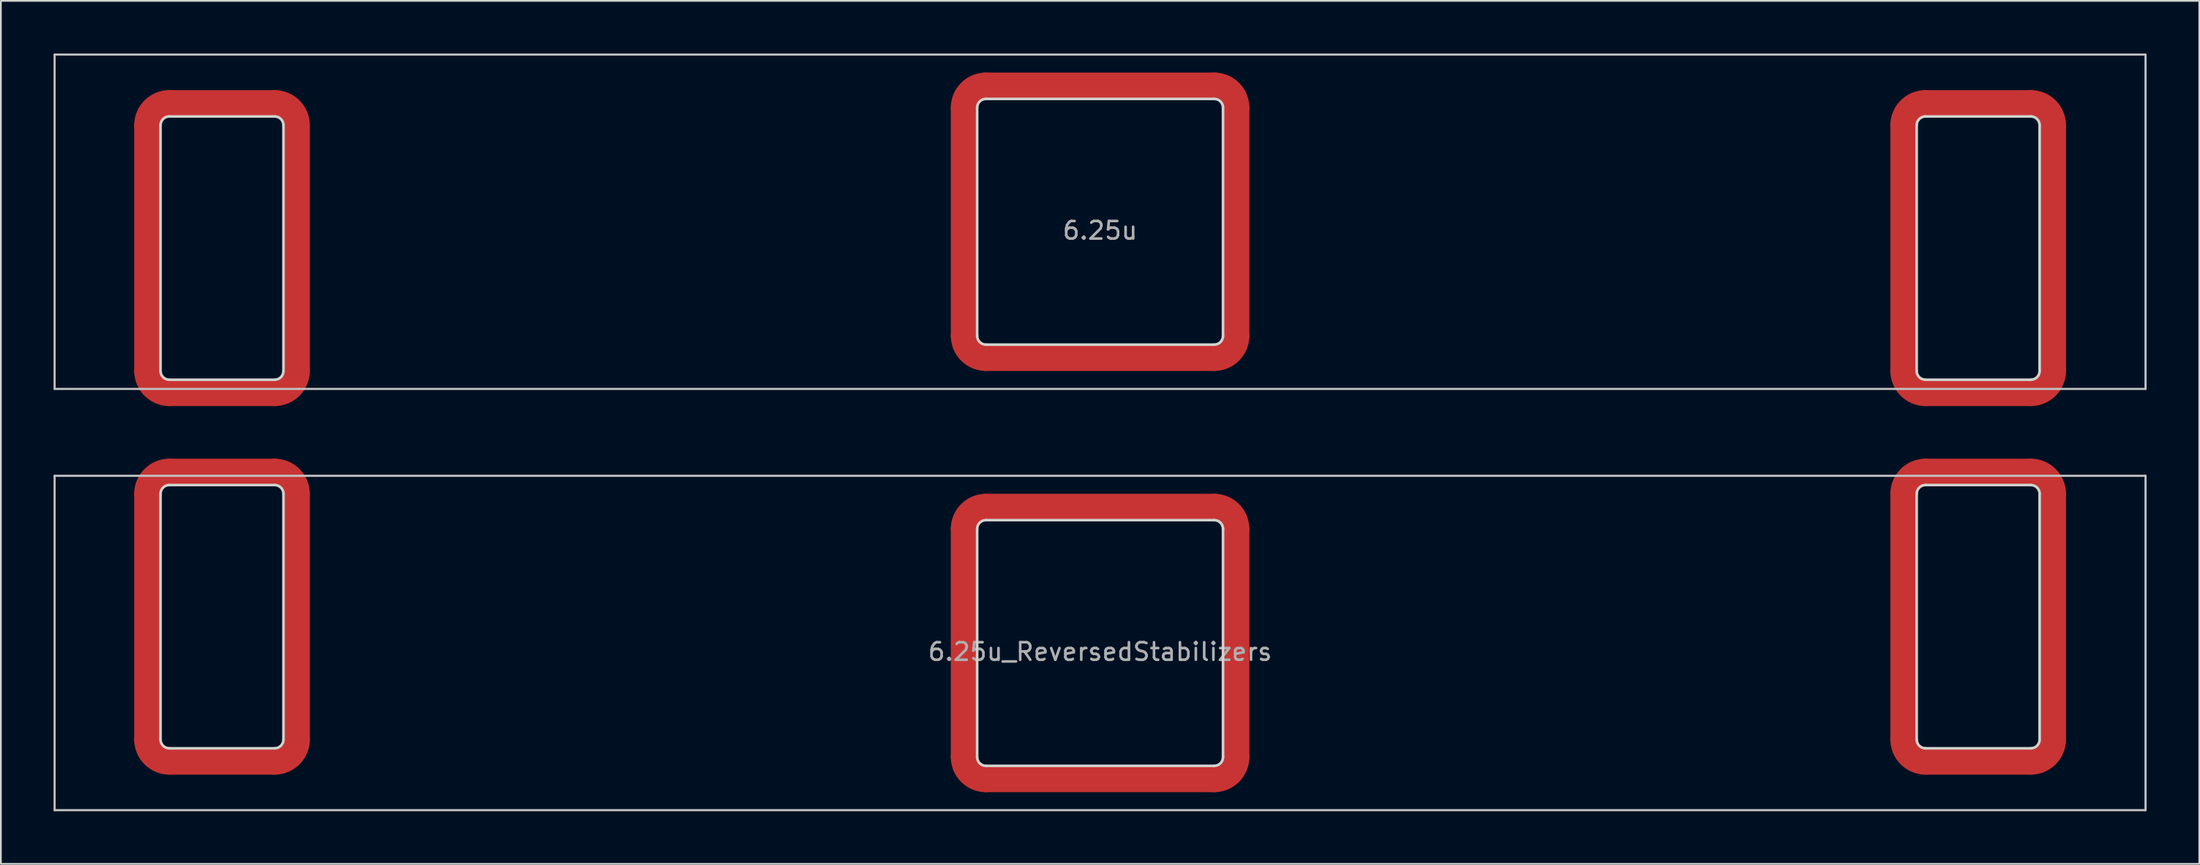
<source format=kicad_pcb>
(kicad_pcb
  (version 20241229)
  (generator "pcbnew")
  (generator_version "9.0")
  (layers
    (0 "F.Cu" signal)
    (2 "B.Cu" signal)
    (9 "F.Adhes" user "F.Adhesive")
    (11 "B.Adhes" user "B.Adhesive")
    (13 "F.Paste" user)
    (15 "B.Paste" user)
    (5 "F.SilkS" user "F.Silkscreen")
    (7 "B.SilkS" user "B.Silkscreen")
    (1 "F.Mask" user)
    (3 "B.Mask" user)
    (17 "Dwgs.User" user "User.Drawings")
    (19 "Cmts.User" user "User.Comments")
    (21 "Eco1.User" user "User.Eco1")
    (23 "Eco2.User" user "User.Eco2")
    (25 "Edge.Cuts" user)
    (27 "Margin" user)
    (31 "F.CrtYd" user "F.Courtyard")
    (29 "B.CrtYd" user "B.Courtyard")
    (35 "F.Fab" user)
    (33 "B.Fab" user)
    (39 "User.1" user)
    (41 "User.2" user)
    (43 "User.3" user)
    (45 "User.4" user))
  (footprint "6.25u"
    (layer "F.Cu")
    (at 59.591 9.585)
    (property "Reference" "6.25u" (at 0 0.5 0) (layer "F.Fab") (effects (font (size 1 1) (thickness 0.15))))
    (attr through_hole)
    (fp_line (start -54.25 8.5) (end -54.25 -5.5) (stroke (width 1.5) (type solid)) (layer "F.Cu"))
    (fp_line (start -53 -6.75) (end -47 -6.75) (stroke (width 1.5) (type solid)) (layer "F.Cu"))
    (fp_line (start -47 9.75) (end -53 9.75) (stroke (width 1.5) (type solid)) (layer "F.Cu"))
    (fp_line (start -45.75 -5.5) (end -45.75 8.5) (stroke (width 1.5) (type solid)) (layer "F.Cu"))
    (fp_line (start -7.75 -6.5) (end -7.75 6.5) (stroke (width 1.5) (type solid)) (layer "F.Cu"))
    (fp_line (start -6.5 7.75) (end 6.5 7.75) (stroke (width 1.5) (type solid)) (layer "F.Cu"))
    (fp_line (start 6.5 -7.75) (end -6.5 -7.75) (stroke (width 1.5) (type solid)) (layer "F.Cu"))
    (fp_line (start 7.75 6.5) (end 7.75 -6.5) (stroke (width 1.5) (type solid)) (layer "F.Cu"))
    (fp_line (start 45.75 8.5) (end 45.75 -5.5) (stroke (width 1.5) (type solid)) (layer "F.Cu"))
    (fp_line (start 47 -6.75) (end 53 -6.75) (stroke (width 1.5) (type solid)) (layer "F.Cu"))
    (fp_line (start 53 9.75) (end 47 9.75) (stroke (width 1.5) (type solid)) (layer "F.Cu"))
    (fp_line (start 54.25 -5.5) (end 54.25 8.5) (stroke (width 1.5) (type solid)) (layer "F.Cu"))
    (fp_arc (start -54.249999 -5.500001) (mid -53.883883 -6.383884) (end -53 -6.75) (stroke (width 1.5) (type solid)) (layer "F.Cu"))
    (fp_arc (start -53 9.749999) (mid -53.883883 9.383882) (end -54.25 8.499999) (stroke (width 1.5) (type solid)) (layer "F.Cu"))
    (fp_arc (start -46.999999 -6.749999) (mid -46.116116 -6.383883) (end -45.75 -5.5) (stroke (width 1.5) (type solid)) (layer "F.Cu"))
    (fp_arc (start -45.749999 8.499998) (mid -46.116116 9.383882) (end -47 9.749999) (stroke (width 1.5) (type solid)) (layer "F.Cu"))
    (fp_arc (start -7.749999 -6.5) (mid -7.383882 -7.383883) (end -6.499999 -7.75) (stroke (width 1.5) (type solid)) (layer "F.Cu"))
    (fp_arc (start -6.499999 7.749999) (mid -7.383882 7.383882) (end -7.749999 6.499999) (stroke (width 1.5) (type solid)) (layer "F.Cu"))
    (fp_arc (start 6.5 -7.75) (mid 7.383883 -7.383883) (end 7.75 -6.5) (stroke (width 1.5) (type solid)) (layer "F.Cu"))
    (fp_arc (start 7.75 6.499999) (mid 7.383883 7.383882) (end 6.5 7.749999) (stroke (width 1.5) (type solid)) (layer "F.Cu"))
    (fp_arc (start 45.750001 -5.500001) (mid 46.116117 -6.383884) (end 47 -6.75) (stroke (width 1.5) (type solid)) (layer "F.Cu"))
    (fp_arc (start 47 9.749999) (mid 46.116117 9.383882) (end 45.75 8.499999) (stroke (width 1.5) (type solid)) (layer "F.Cu"))
    (fp_arc (start 53.000001 -6.749999) (mid 53.883884 -6.383883) (end 54.25 -5.5) (stroke (width 1.5) (type solid)) (layer "F.Cu"))
    (fp_arc (start 54.250001 8.499998) (mid 53.883884 9.383882) (end 53 9.749999) (stroke (width 1.5) (type solid)) (layer "F.Cu"))
    (fp_line (start -54.25 8.5) (end -54.25 -5.5) (stroke (width 1.5) (type solid)) (layer "F.Mask"))
    (fp_line (start -53 -6.75) (end -47 -6.75) (stroke (width 1.5) (type solid)) (layer "F.Mask"))
    (fp_line (start -47 9.75) (end -53 9.75) (stroke (width 1.5) (type solid)) (layer "F.Mask"))
    (fp_line (start -45.75 -5.5) (end -45.75 8.5) (stroke (width 1.5) (type solid)) (layer "F.Mask"))
    (fp_line (start -7.75 -6.5) (end -7.75 6.5) (stroke (width 1.5) (type solid)) (layer "F.Mask"))
    (fp_line (start -6.5 7.75) (end 6.5 7.75) (stroke (width 1.5) (type solid)) (layer "F.Mask"))
    (fp_line (start 6.5 -7.75) (end -6.5 -7.75) (stroke (width 1.5) (type solid)) (layer "F.Mask"))
    (fp_line (start 7.75 6.5) (end 7.75 -6.5) (stroke (width 1.5) (type solid)) (layer "F.Mask"))
    (fp_line (start 45.75 8.5) (end 45.75 -5.5) (stroke (width 1.5) (type solid)) (layer "F.Mask"))
    (fp_line (start 47 -6.75) (end 53 -6.75) (stroke (width 1.5) (type solid)) (layer "F.Mask"))
    (fp_line (start 53 9.75) (end 47 9.75) (stroke (width 1.5) (type solid)) (layer "F.Mask"))
    (fp_line (start 54.25 -5.5) (end 54.25 8.5) (stroke (width 1.5) (type solid)) (layer "F.Mask"))
    (fp_arc (start -54.249999 -5.500001) (mid -53.883883 -6.383884) (end -53 -6.75) (stroke (width 1.5) (type solid)) (layer "F.Mask"))
    (fp_arc (start -53 9.749999) (mid -53.883883 9.383882) (end -54.25 8.499999) (stroke (width 1.5) (type solid)) (layer "F.Mask"))
    (fp_arc (start -46.999999 -6.749999) (mid -46.116116 -6.383883) (end -45.75 -5.5) (stroke (width 1.5) (type solid)) (layer "F.Mask"))
    (fp_arc (start -45.749999 8.499998) (mid -46.116116 9.383882) (end -47 9.749999) (stroke (width 1.5) (type solid)) (layer "F.Mask"))
    (fp_arc (start -7.749999 -6.5) (mid -7.383882 -7.383883) (end -6.499999 -7.75) (stroke (width 1.5) (type solid)) (layer "F.Mask"))
    (fp_arc (start -6.499999 7.749999) (mid -7.383882 7.383882) (end -7.749999 6.499999) (stroke (width 1.5) (type solid)) (layer "F.Mask"))
    (fp_arc (start 6.5 -7.75) (mid 7.383883 -7.383883) (end 7.75 -6.5) (stroke (width 1.5) (type solid)) (layer "F.Mask"))
    (fp_arc (start 7.75 6.499999) (mid 7.383883 7.383882) (end 6.5 7.749999) (stroke (width 1.5) (type solid)) (layer "F.Mask"))
    (fp_arc (start 45.750001 -5.500001) (mid 46.116117 -6.383884) (end 47 -6.75) (stroke (width 1.5) (type solid)) (layer "F.Mask"))
    (fp_arc (start 47 9.749999) (mid 46.116117 9.383882) (end 45.75 8.499999) (stroke (width 1.5) (type solid)) (layer "F.Mask"))
    (fp_arc (start 53.000001 -6.749999) (mid 53.883884 -6.383883) (end 54.25 -5.5) (stroke (width 1.5) (type solid)) (layer "F.Mask"))
    (fp_arc (start 54.250001 8.499998) (mid 53.883884 9.383882) (end 53 9.749999) (stroke (width 1.5) (type solid)) (layer "F.Mask"))
    (fp_line (start -59.531 -9.525) (end -59.531 9.525) (stroke (width 0.12) (type solid)) (layer "Dwgs.User"))
    (fp_line (start -59.531 -9.525) (end 59.531 -9.525) (stroke (width 0.12) (type solid)) (layer "Dwgs.User"))
    (fp_line (start -59.531 9.525) (end 59.531 9.525) (stroke (width 0.12) (type solid)) (layer "Dwgs.User"))
    (fp_line (start 59.531 -9.525) (end 59.531 9.525) (stroke (width 0.12) (type solid)) (layer "Dwgs.User"))
    (fp_line (start -53.5 8.5) (end -53.5 -5.5) (stroke (width 0.15) (type solid)) (layer "Edge.Cuts"))
    (fp_line (start -53 -6) (end -47 -6) (stroke (width 0.15) (type solid)) (layer "Edge.Cuts"))
    (fp_line (start -47 9) (end -53 9) (stroke (width 0.15) (type solid)) (layer "Edge.Cuts"))
    (fp_line (start -46.5 -5.5) (end -46.5 8.5) (stroke (width 0.15) (type solid)) (layer "Edge.Cuts"))
    (fp_line (start -7 -6.5) (end -7 6.5) (stroke (width 0.15) (type solid)) (layer "Edge.Cuts"))
    (fp_line (start -6.5 7) (end 6.5 7) (stroke (width 0.15) (type solid)) (layer "Edge.Cuts"))
    (fp_line (start 6.5 -7) (end -6.5 -7) (stroke (width 0.15) (type solid)) (layer "Edge.Cuts"))
    (fp_line (start 7 6.5) (end 7 -6.5) (stroke (width 0.15) (type solid)) (layer "Edge.Cuts"))
    (fp_line (start 46.5 -5.5) (end 46.5 8.5) (stroke (width 0.15) (type solid)) (layer "Edge.Cuts"))
    (fp_line (start 47 9) (end 53 9) (stroke (width 0.15) (type solid)) (layer "Edge.Cuts"))
    (fp_line (start 53 -6) (end 47 -6) (stroke (width 0.15) (type solid)) (layer "Edge.Cuts"))
    (fp_line (start 53.5 8.5) (end 53.5 -5.5) (stroke (width 0.15) (type solid)) (layer "Edge.Cuts"))
    (fp_arc (start -53.499999 -5.500001) (mid -53.353553 -5.853554) (end -53 -6) (stroke (width 0.15) (type solid)) (layer "Edge.Cuts"))
    (fp_arc (start -53 8.999999) (mid -53.353553 8.853552) (end -53.5 8.499999) (stroke (width 0.15) (type solid)) (layer "Edge.Cuts"))
    (fp_arc (start -46.999998 -6) (mid -46.646446 -5.853553) (end -46.5 -5.5) (stroke (width 0.15) (type solid)) (layer "Edge.Cuts"))
    (fp_arc (start -46.499999 8.499998) (mid -46.646446 8.853552) (end -47 8.999999) (stroke (width 0.15) (type solid)) (layer "Edge.Cuts"))
    (fp_arc (start -6.999999 -6.5) (mid -6.853552 -6.853553) (end -6.499999 -7) (stroke (width 0.15) (type solid)) (layer "Edge.Cuts"))
    (fp_arc (start -6.499999 6.999999) (mid -6.853552 6.853552) (end -6.999999 6.499999) (stroke (width 0.15) (type solid)) (layer "Edge.Cuts"))
    (fp_arc (start 6.5 -7) (mid 6.853553 -6.853553) (end 7 -6.5) (stroke (width 0.15) (type solid)) (layer "Edge.Cuts"))
    (fp_arc (start 7 6.499999) (mid 6.853553 6.853552) (end 6.5 6.999999) (stroke (width 0.15) (type solid)) (layer "Edge.Cuts"))
    (fp_arc (start 46.500001 -5.500001) (mid 46.646447 -5.853554) (end 47 -6) (stroke (width 0.15) (type solid)) (layer "Edge.Cuts"))
    (fp_arc (start 47 8.999999) (mid 46.646447 8.853552) (end 46.5 8.499999) (stroke (width 0.15) (type solid)) (layer "Edge.Cuts"))
    (fp_arc (start 53 -6) (mid 53.353553 -5.853553) (end 53.5 -5.5) (stroke (width 0.15) (type solid)) (layer "Edge.Cuts"))
    (fp_arc (start 53.5 8.499999) (mid 53.353553 8.853552) (end 53 8.999999) (stroke (width 0.15) (type solid)) (layer "Edge.Cuts")))
  (footprint "6.25u_ReversedStabilizers"
    (layer "F.Cu")
    (at 59.591 33.585)
    (property "Reference" "6.25u_ReversedStabilizers" (at 0 0.5 0) (layer "F.Fab") (effects (font (size 1 1) (thickness 0.15))))
    (attr through_hole)
    (fp_line (start -54.25 5.5) (end -54.25 -8.5) (stroke (width 1.5) (type solid)) (layer "F.Cu"))
    (fp_line (start -53 -9.75) (end -47 -9.75) (stroke (width 1.5) (type solid)) (layer "F.Cu"))
    (fp_line (start -47 6.75) (end -53 6.75) (stroke (width 1.5) (type solid)) (layer "F.Cu"))
    (fp_line (start -45.75 -8.5) (end -45.75 5.5) (stroke (width 1.5) (type solid)) (layer "F.Cu"))
    (fp_line (start -7.75 -6.5) (end -7.75 6.5) (stroke (width 1.5) (type solid)) (layer "F.Cu"))
    (fp_line (start -6.5 7.75) (end 6.5 7.75) (stroke (width 1.5) (type solid)) (layer "F.Cu"))
    (fp_line (start 6.5 -7.75) (end -6.5 -7.75) (stroke (width 1.5) (type solid)) (layer "F.Cu"))
    (fp_line (start 7.75 6.5) (end 7.75 -6.5) (stroke (width 1.5) (type solid)) (layer "F.Cu"))
    (fp_line (start 45.75 5.5) (end 45.75 -8.5) (stroke (width 1.5) (type solid)) (layer "F.Cu"))
    (fp_line (start 47 -9.75) (end 53 -9.75) (stroke (width 1.5) (type solid)) (layer "F.Cu"))
    (fp_line (start 53 6.75) (end 47 6.75) (stroke (width 1.5) (type solid)) (layer "F.Cu"))
    (fp_line (start 54.25 -8.5) (end 54.25 5.5) (stroke (width 1.5) (type solid)) (layer "F.Cu"))
    (fp_arc (start -54.249999 -8.500001) (mid -53.883883 -9.383884) (end -53 -9.75) (stroke (width 1.5) (type solid)) (layer "F.Cu"))
    (fp_arc (start -53 6.749999) (mid -53.883883 6.383882) (end -54.25 5.499999) (stroke (width 1.5) (type solid)) (layer "F.Cu"))
    (fp_arc (start -46.999999 -9.749999) (mid -46.116116 -9.383883) (end -45.75 -8.5) (stroke (width 1.5) (type solid)) (layer "F.Cu"))
    (fp_arc (start -45.749999 5.499998) (mid -46.116116 6.383882) (end -47 6.749999) (stroke (width 1.5) (type solid)) (layer "F.Cu"))
    (fp_arc (start -7.749999 -6.5) (mid -7.383882 -7.383883) (end -6.499999 -7.75) (stroke (width 1.5) (type solid)) (layer "F.Cu"))
    (fp_arc (start -6.499999 7.749999) (mid -7.383882 7.383882) (end -7.749999 6.499999) (stroke (width 1.5) (type solid)) (layer "F.Cu"))
    (fp_arc (start 6.5 -7.75) (mid 7.383883 -7.383883) (end 7.75 -6.5) (stroke (width 1.5) (type solid)) (layer "F.Cu"))
    (fp_arc (start 7.75 6.499999) (mid 7.383883 7.383882) (end 6.5 7.749999) (stroke (width 1.5) (type solid)) (layer "F.Cu"))
    (fp_arc (start 45.750001 -8.500001) (mid 46.116117 -9.383884) (end 47 -9.75) (stroke (width 1.5) (type solid)) (layer "F.Cu"))
    (fp_arc (start 47 6.749999) (mid 46.116117 6.383882) (end 45.75 5.499999) (stroke (width 1.5) (type solid)) (layer "F.Cu"))
    (fp_arc (start 53.000001 -9.749999) (mid 53.883884 -9.383883) (end 54.25 -8.5) (stroke (width 1.5) (type solid)) (layer "F.Cu"))
    (fp_arc (start 54.250001 5.499998) (mid 53.883884 6.383882) (end 53 6.749999) (stroke (width 1.5) (type solid)) (layer "F.Cu"))
    (fp_line (start -54.25 5.5) (end -54.25 -8.5) (stroke (width 1.5) (type solid)) (layer "F.Mask"))
    (fp_line (start -53 -9.75) (end -47 -9.75) (stroke (width 1.5) (type solid)) (layer "F.Mask"))
    (fp_line (start -47 6.75) (end -53 6.75) (stroke (width 1.5) (type solid)) (layer "F.Mask"))
    (fp_line (start -45.75 -8.5) (end -45.75 5.5) (stroke (width 1.5) (type solid)) (layer "F.Mask"))
    (fp_line (start -7.75 -6.5) (end -7.75 6.5) (stroke (width 1.5) (type solid)) (layer "F.Mask"))
    (fp_line (start -6.5 7.75) (end 6.5 7.75) (stroke (width 1.5) (type solid)) (layer "F.Mask"))
    (fp_line (start 6.5 -7.75) (end -6.5 -7.75) (stroke (width 1.5) (type solid)) (layer "F.Mask"))
    (fp_line (start 7.75 6.5) (end 7.75 -6.5) (stroke (width 1.5) (type solid)) (layer "F.Mask"))
    (fp_line (start 45.75 5.5) (end 45.75 -8.5) (stroke (width 1.5) (type solid)) (layer "F.Mask"))
    (fp_line (start 47 -9.75) (end 53 -9.75) (stroke (width 1.5) (type solid)) (layer "F.Mask"))
    (fp_line (start 53 6.75) (end 47 6.75) (stroke (width 1.5) (type solid)) (layer "F.Mask"))
    (fp_line (start 54.25 -8.5) (end 54.25 5.5) (stroke (width 1.5) (type solid)) (layer "F.Mask"))
    (fp_arc (start -54.249999 -8.500001) (mid -53.883883 -9.383884) (end -53 -9.75) (stroke (width 1.5) (type solid)) (layer "F.Mask"))
    (fp_arc (start -53 6.749999) (mid -53.883883 6.383882) (end -54.25 5.499999) (stroke (width 1.5) (type solid)) (layer "F.Mask"))
    (fp_arc (start -46.999999 -9.749999) (mid -46.116116 -9.383883) (end -45.75 -8.5) (stroke (width 1.5) (type solid)) (layer "F.Mask"))
    (fp_arc (start -45.749999 5.499998) (mid -46.116116 6.383882) (end -47 6.749999) (stroke (width 1.5) (type solid)) (layer "F.Mask"))
    (fp_arc (start -7.749999 -6.5) (mid -7.383882 -7.383883) (end -6.499999 -7.75) (stroke (width 1.5) (type solid)) (layer "F.Mask"))
    (fp_arc (start -6.499999 7.749999) (mid -7.383882 7.383882) (end -7.749999 6.499999) (stroke (width 1.5) (type solid)) (layer "F.Mask"))
    (fp_arc (start 6.5 -7.75) (mid 7.383883 -7.383883) (end 7.75 -6.5) (stroke (width 1.5) (type solid)) (layer "F.Mask"))
    (fp_arc (start 7.75 6.499999) (mid 7.383883 7.383882) (end 6.5 7.749999) (stroke (width 1.5) (type solid)) (layer "F.Mask"))
    (fp_arc (start 45.750001 -8.500001) (mid 46.116117 -9.383884) (end 47 -9.75) (stroke (width 1.5) (type solid)) (layer "F.Mask"))
    (fp_arc (start 47 6.749999) (mid 46.116117 6.383882) (end 45.75 5.499999) (stroke (width 1.5) (type solid)) (layer "F.Mask"))
    (fp_arc (start 53.000001 -9.749999) (mid 53.883884 -9.383883) (end 54.25 -8.5) (stroke (width 1.5) (type solid)) (layer "F.Mask"))
    (fp_arc (start 54.250001 5.499998) (mid 53.883884 6.383882) (end 53 6.749999) (stroke (width 1.5) (type solid)) (layer "F.Mask"))
    (fp_line (start -59.531 -9.525) (end -59.531 9.525) (stroke (width 0.12) (type solid)) (layer "Dwgs.User"))
    (fp_line (start -59.531 -9.525) (end 59.531 -9.525) (stroke (width 0.12) (type solid)) (layer "Dwgs.User"))
    (fp_line (start -59.531 9.525) (end 59.531 9.525) (stroke (width 0.12) (type solid)) (layer "Dwgs.User"))
    (fp_line (start 59.531 -9.525) (end 59.531 9.525) (stroke (width 0.12) (type solid)) (layer "Dwgs.User"))
    (fp_line (start -53.5 5.5) (end -53.5 -8.5) (stroke (width 0.15) (type solid)) (layer "Edge.Cuts"))
    (fp_line (start -53 -9) (end -47 -9) (stroke (width 0.15) (type solid)) (layer "Edge.Cuts"))
    (fp_line (start -47 6) (end -53 6) (stroke (width 0.15) (type solid)) (layer "Edge.Cuts"))
    (fp_line (start -46.5 -8.5) (end -46.5 5.5) (stroke (width 0.15) (type solid)) (layer "Edge.Cuts"))
    (fp_line (start -7 -6.5) (end -7 6.5) (stroke (width 0.15) (type solid)) (layer "Edge.Cuts"))
    (fp_line (start -6.5 7) (end 6.5 7) (stroke (width 0.15) (type solid)) (layer "Edge.Cuts"))
    (fp_line (start 6.5 -7) (end -6.5 -7) (stroke (width 0.15) (type solid)) (layer "Edge.Cuts"))
    (fp_line (start 7 6.5) (end 7 -6.5) (stroke (width 0.15) (type solid)) (layer "Edge.Cuts"))
    (fp_line (start 46.5 -8.5) (end 46.5 5.5) (stroke (width 0.15) (type solid)) (layer "Edge.Cuts"))
    (fp_line (start 47 6) (end 53 6) (stroke (width 0.15) (type solid)) (layer "Edge.Cuts"))
    (fp_line (start 53 -9) (end 47 -9) (stroke (width 0.15) (type solid)) (layer "Edge.Cuts"))
    (fp_line (start 53.5 5.5) (end 53.5 -8.5) (stroke (width 0.15) (type solid)) (layer "Edge.Cuts"))
    (fp_arc (start -53.499999 -8.500001) (mid -53.353553 -8.853554) (end -53 -9) (stroke (width 0.15) (type solid)) (layer "Edge.Cuts"))
    (fp_arc (start -53 5.999999) (mid -53.353553 5.853552) (end -53.5 5.499999) (stroke (width 0.15) (type solid)) (layer "Edge.Cuts"))
    (fp_arc (start -46.999998 -9) (mid -46.646446 -8.853553) (end -46.5 -8.5) (stroke (width 0.15) (type solid)) (layer "Edge.Cuts"))
    (fp_arc (start -46.499999 5.499998) (mid -46.646446 5.853552) (end -47 5.999999) (stroke (width 0.15) (type solid)) (layer "Edge.Cuts"))
    (fp_arc (start -6.999999 -6.5) (mid -6.853552 -6.853553) (end -6.499999 -7) (stroke (width 0.15) (type solid)) (layer "Edge.Cuts"))
    (fp_arc (start -6.499999 6.999999) (mid -6.853552 6.853552) (end -6.999999 6.499999) (stroke (width 0.15) (type solid)) (layer "Edge.Cuts"))
    (fp_arc (start 6.5 -7) (mid 6.853553 -6.853553) (end 7 -6.5) (stroke (width 0.15) (type solid)) (layer "Edge.Cuts"))
    (fp_arc (start 7 6.499999) (mid 6.853553 6.853552) (end 6.5 6.999999) (stroke (width 0.15) (type solid)) (layer "Edge.Cuts"))
    (fp_arc (start 46.500001 -8.500001) (mid 46.646447 -8.853554) (end 47 -9) (stroke (width 0.15) (type solid)) (layer "Edge.Cuts"))
    (fp_arc (start 47 5.999999) (mid 46.646447 5.853552) (end 46.5 5.499999) (stroke (width 0.15) (type solid)) (layer "Edge.Cuts"))
    (fp_arc (start 53 -9) (mid 53.353553 -8.853553) (end 53.5 -8.5) (stroke (width 0.15) (type solid)) (layer "Edge.Cuts"))
    (fp_arc (start 53.5 5.499999) (mid 53.353553 5.853552) (end 53 5.999999) (stroke (width 0.15) (type solid)) (layer "Edge.Cuts")))
  (gr_rect
    (start -3 -3)
    (end 122.183 46.17)
    (stroke (width 0.1) (type default))
    (fill no)
    (layer "Edge.Cuts")))
</source>
